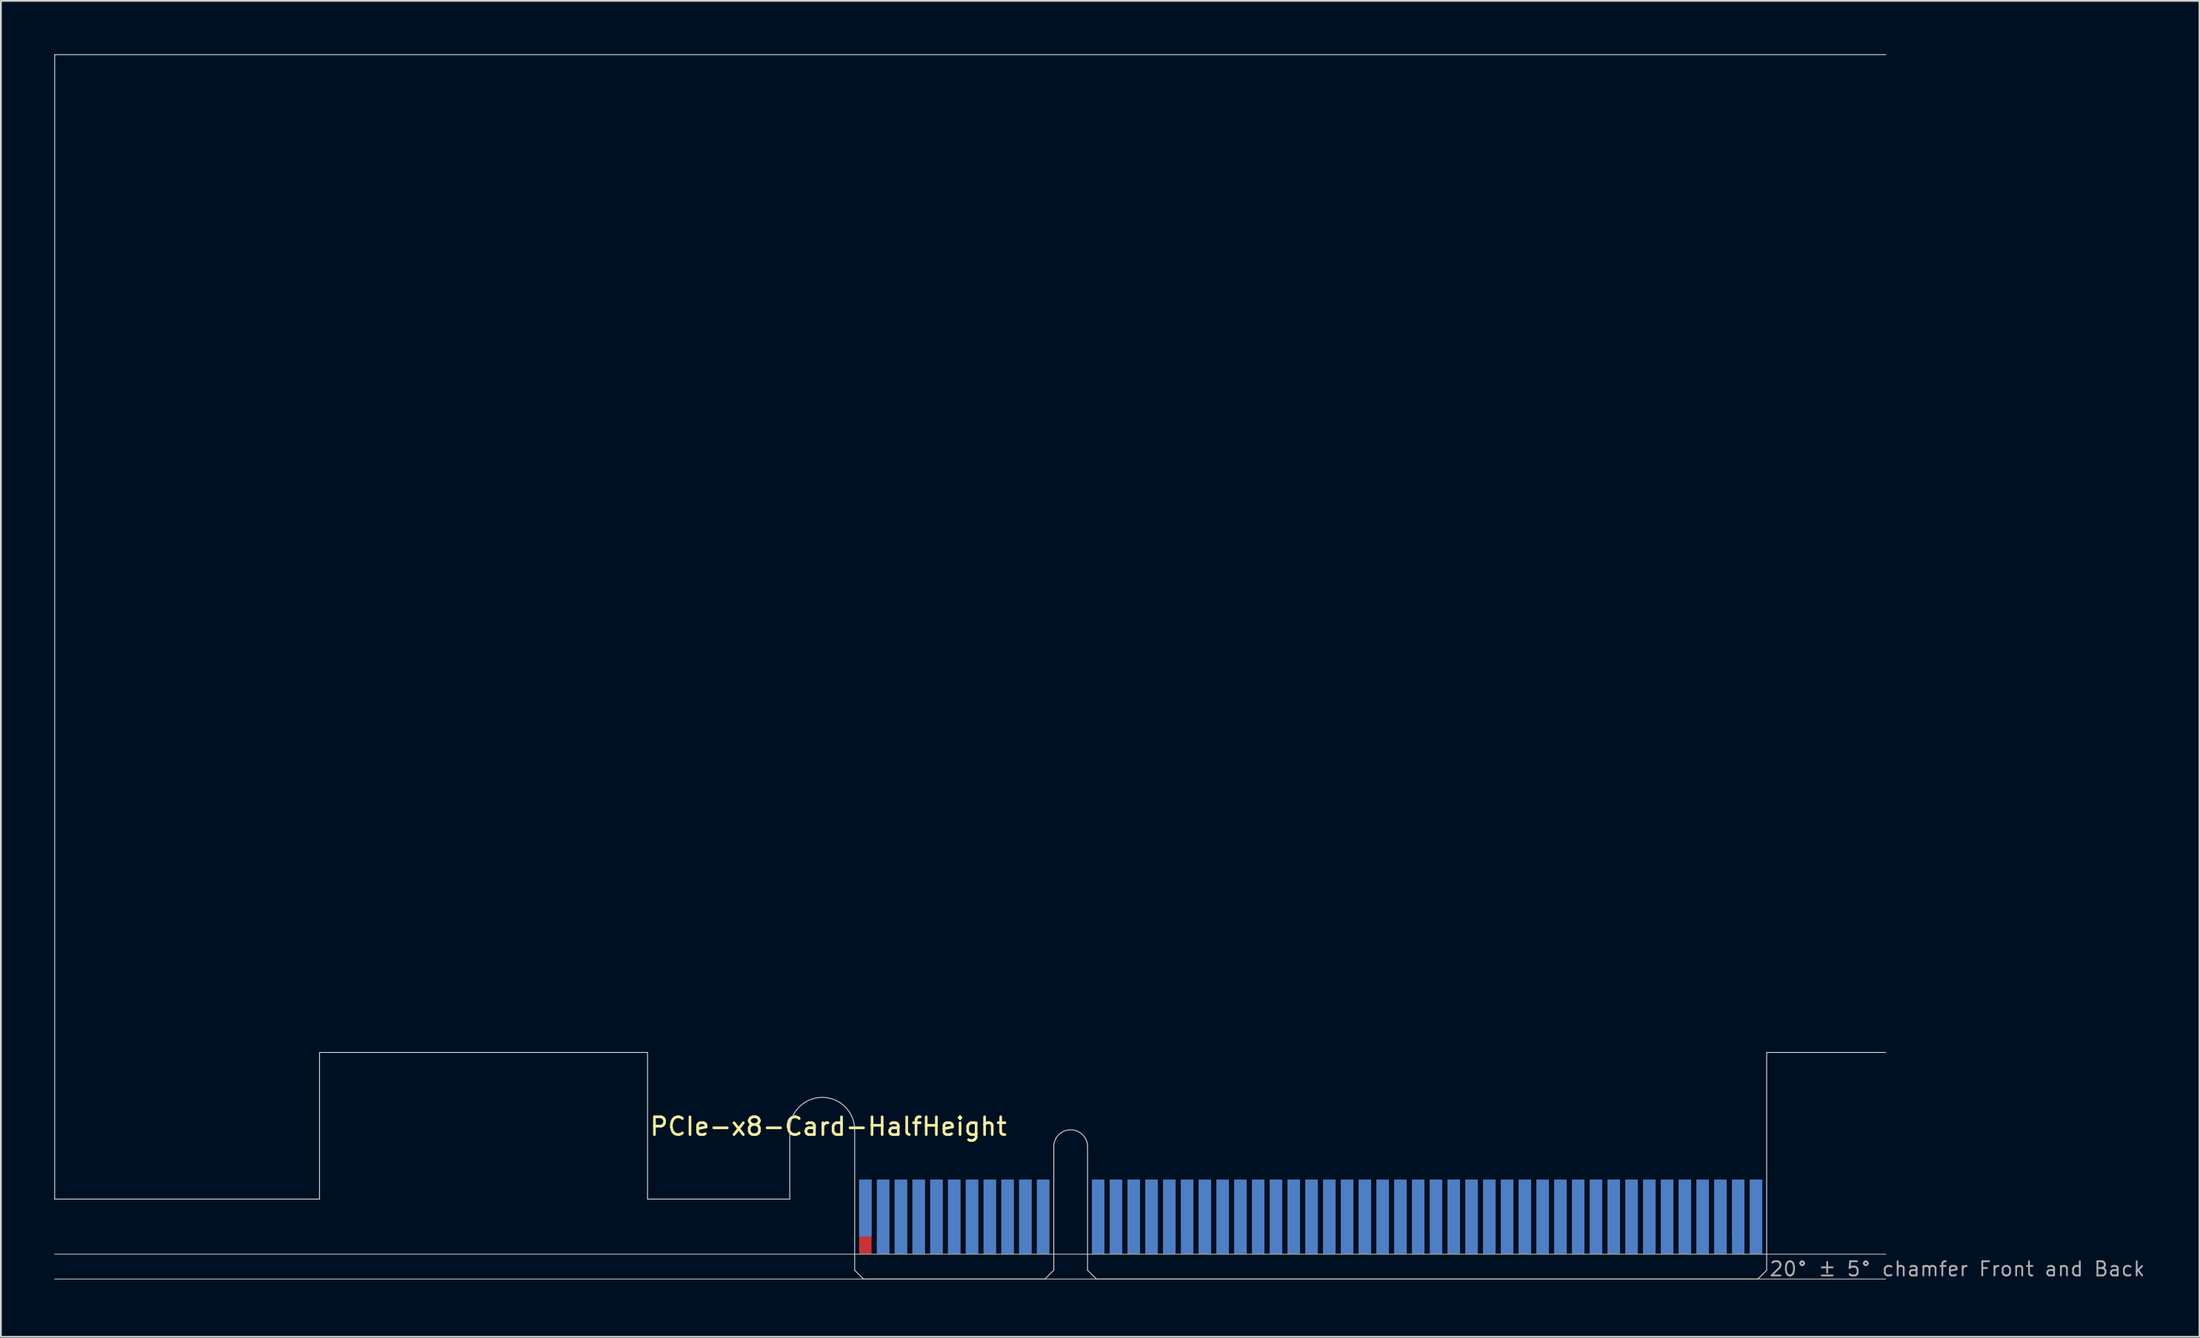
<source format=kicad_pcb>
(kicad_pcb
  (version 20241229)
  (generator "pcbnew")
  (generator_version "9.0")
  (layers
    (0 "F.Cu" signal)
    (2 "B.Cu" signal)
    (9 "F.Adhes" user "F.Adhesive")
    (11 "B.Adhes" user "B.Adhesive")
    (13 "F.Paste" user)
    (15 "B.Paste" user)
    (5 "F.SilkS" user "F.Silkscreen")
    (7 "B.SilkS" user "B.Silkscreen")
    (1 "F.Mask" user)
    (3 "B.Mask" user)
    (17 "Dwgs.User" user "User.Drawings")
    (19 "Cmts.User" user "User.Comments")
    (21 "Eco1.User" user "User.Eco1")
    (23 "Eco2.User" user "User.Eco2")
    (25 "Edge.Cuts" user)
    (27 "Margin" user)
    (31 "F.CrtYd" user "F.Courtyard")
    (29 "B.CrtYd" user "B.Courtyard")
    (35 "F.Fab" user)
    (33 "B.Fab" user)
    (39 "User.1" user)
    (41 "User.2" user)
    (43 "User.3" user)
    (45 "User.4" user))
  (footprint "PCIe-x8-Card-HalfHeight"
    (layer "F.Cu")
    (at 45.025 68.925)
    (property "Reference" "PCIe-x8-Card-HalfHeight" (at -11.6 -8 0) (layer "F.SilkS") (effects (font (size 1 1) (thickness 0.15)) (justify left bottom)))
    (attr exclude_from_pos_files exclude_from_bom)
    (fp_poly (pts (xy -3.65 -4.5) (xy -11.65 -4.5) (xy -11.65 -7.95) (xy -3.65 -7.95)) (stroke (width 0.1) (type solid)) (fill yes) (layer "F.Mask"))
    (fp_poly (pts (xy 11.2 -5.45) (xy 0 -5.45) (xy 0 0) (xy 11.2 0)) (stroke (width 0.1) (type solid)) (fill yes) (layer "F.Mask"))
    (fp_poly (pts (xy 51.3 -5.45) (xy 13.1 -5.45) (xy 13.1 0) (xy 51.3 0)) (stroke (width 0.1) (type solid)) (fill yes) (layer "F.Mask"))
    (fp_poly (pts (xy -3.65 -7.95) (xy -11.65 -7.95) (xy -11.65 -4.5) (xy -3.65 -4.5)) (stroke (width 0.1) (type solid)) (fill yes) (layer "B.Mask"))
    (fp_poly (pts (xy 11.2 0) (xy 0 0) (xy 0 -5.45) (xy 11.2 -5.45)) (stroke (width 0.1) (type solid)) (fill yes) (layer "B.Mask"))
    (fp_poly (pts (xy 51.3 -5.45) (xy 13.1 -5.45) (xy 13.1 0) (xy 51.3 0)) (stroke (width 0.1) (type solid)) (fill yes) (layer "B.Mask"))
    (fp_line (start -45 -68.9) (end 58 -68.9) (stroke (width 0.05) (type solid)) (layer "Edge.Cuts"))
    (fp_line (start -45 -4.5) (end -45 -68.9) (stroke (width 0.05) (type solid)) (layer "Edge.Cuts"))
    (fp_line (start -30.1 -12.75) (end -30.1 -4.5) (stroke (width 0.05) (type solid)) (layer "Edge.Cuts"))
    (fp_line (start -30.1 -4.5) (end -45 -4.5) (stroke (width 0.05) (type solid)) (layer "Edge.Cuts"))
    (fp_line (start -11.65 -12.75) (end -30.1 -12.75) (stroke (width 0.05) (type solid)) (layer "Edge.Cuts"))
    (fp_line (start -11.65 -4.5) (end -11.65 -12.75) (stroke (width 0.05) (type solid)) (layer "Edge.Cuts"))
    (fp_line (start -3.65 -4.5) (end -11.65 -4.5) (stroke (width 0.05) (type solid)) (layer "Edge.Cuts"))
    (fp_line (start -3.65 -4.5) (end -3.65 -8.4) (stroke (width 0.05) (type solid)) (layer "Edge.Cuts"))
    (fp_line (start 0 -0.5) (end 0 -8.4) (stroke (width 0.05) (type solid)) (layer "Edge.Cuts"))
    (fp_line (start 0.5 0) (end 0 -0.5) (stroke (width 0.05) (type solid)) (layer "Edge.Cuts"))
    (fp_line (start 0.5 0) (end 10.7 0) (stroke (width 0.05) (type solid)) (layer "Edge.Cuts"))
    (fp_line (start 10.7 0) (end 11.2 -0.5) (stroke (width 0.05) (type solid)) (layer "Edge.Cuts"))
    (fp_line (start 11.2 -0.5) (end 11.2 -7.45) (stroke (width 0.05) (type solid)) (layer "Edge.Cuts"))
    (fp_line (start 13.1 -0.5) (end 13.1 -7.45) (stroke (width 0.05) (type solid)) (layer "Edge.Cuts"))
    (fp_line (start 13.6 0) (end 13.1 -0.5) (stroke (width 0.05) (type solid)) (layer "Edge.Cuts"))
    (fp_line (start 50.8 0) (end 13.6 0) (stroke (width 0.05) (type solid)) (layer "Edge.Cuts"))
    (fp_line (start 50.8 0) (end 51.3 -0.5) (stroke (width 0.05) (type solid)) (layer "Edge.Cuts"))
    (fp_line (start 51.3 -12.75) (end 58 -12.75) (stroke (width 0.05) (type solid)) (layer "Edge.Cuts"))
    (fp_line (start 51.3 -0.5) (end 51.3 -12.75) (stroke (width 0.05) (type solid)) (layer "Edge.Cuts"))
    (fp_arc (start -3.65 -8.4) (mid -1.825 -10.225) (end 0 -8.4) (stroke (width 0.05) (type solid)) (layer "Edge.Cuts"))
    (fp_arc (start 11.2 -7.45) (mid 12.15 -8.4) (end 13.1 -7.45) (stroke (width 0.05) (type solid)) (layer "Edge.Cuts"))
    (fp_line (start -45 -1.4) (end 58 -1.4) (stroke (width 0.05) (type solid)) (layer "F.Fab"))
    (fp_line (start -45 0) (end 58 0) (stroke (width 0.05) (type solid)) (layer "F.Fab"))
    (fp_text user "20° ± 5° chamfer Front and Back" (at 51.4 -0.1 0) (layer "F.Fab") (effects (font (size 0.8 0.8) (thickness 0.1)) (justify left bottom)))
    (pad "A1" smd rect (at 0.6 -4) (size 0.7 3.2) (layers "B.Cu"))
    (pad "A2" smd rect (at 1.6 -3.5) (size 0.7 4.2) (layers "B.Cu"))
    (pad "A3" smd rect (at 2.6 -3.5) (size 0.7 4.2) (layers "B.Cu"))
    (pad "A4" smd rect (at 3.6 -3.5) (size 0.7 4.2) (layers "B.Cu"))
    (pad "A5" smd rect (at 4.6 -3.5) (size 0.7 4.2) (layers "B.Cu"))
    (pad "A6" smd rect (at 5.6 -3.5) (size 0.7 4.2) (layers "B.Cu"))
    (pad "A7" smd rect (at 6.6 -3.5) (size 0.7 4.2) (layers "B.Cu"))
    (pad "A8" smd rect (at 7.6 -3.5) (size 0.7 4.2) (layers "B.Cu"))
    (pad "A9" smd rect (at 8.6 -3.5) (size 0.7 4.2) (layers "B.Cu"))
    (pad "A10" smd rect (at 9.6 -3.5) (size 0.7 4.2) (layers "B.Cu"))
    (pad "A11" smd rect (at 10.6 -3.5) (size 0.7 4.2) (layers "B.Cu"))
    (pad "A12" smd rect (at 13.7 -3.5) (size 0.7 4.2) (layers "B.Cu"))
    (pad "A13" smd rect (at 14.7 -3.5) (size 0.7 4.2) (layers "B.Cu"))
    (pad "A14" smd rect (at 15.7 -3.5) (size 0.7 4.2) (layers "B.Cu"))
    (pad "A15" smd rect (at 16.7 -3.5) (size 0.7 4.2) (layers "B.Cu"))
    (pad "A16" smd rect (at 17.7 -3.5) (size 0.7 4.2) (layers "B.Cu"))
    (pad "A17" smd rect (at 18.7 -3.5) (size 0.7 4.2) (layers "B.Cu"))
    (pad "A18" smd rect (at 19.7 -3.5) (size 0.7 4.2) (layers "B.Cu"))
    (pad "A19" smd rect (at 20.7 -3.5) (size 0.7 4.2) (layers "B.Cu"))
    (pad "A20" smd rect (at 21.7 -3.5) (size 0.7 4.2) (layers "B.Cu"))
    (pad "A21" smd rect (at 22.7 -3.5) (size 0.7 4.2) (layers "B.Cu"))
    (pad "A22" smd rect (at 23.7 -3.5) (size 0.7 4.2) (layers "B.Cu"))
    (pad "A23" smd rect (at 24.7 -3.5) (size 0.7 4.2) (layers "B.Cu"))
    (pad "A24" smd rect (at 25.7 -3.5) (size 0.7 4.2) (layers "B.Cu"))
    (pad "A25" smd rect (at 26.7 -3.5) (size 0.7 4.2) (layers "B.Cu"))
    (pad "A26" smd rect (at 27.7 -3.5) (size 0.7 4.2) (layers "B.Cu"))
    (pad "A27" smd rect (at 28.7 -3.5) (size 0.7 4.2) (layers "B.Cu"))
    (pad "A28" smd rect (at 29.7 -3.5) (size 0.7 4.2) (layers "B.Cu"))
    (pad "A29" smd rect (at 30.7 -3.5) (size 0.7 4.2) (layers "B.Cu"))
    (pad "A30" smd rect (at 31.7 -3.5) (size 0.7 4.2) (layers "B.Cu"))
    (pad "A31" smd rect (at 32.7 -3.5) (size 0.7 4.2) (layers "B.Cu"))
    (pad "A32" smd rect (at 33.7 -3.5) (size 0.7 4.2) (layers "B.Cu"))
    (pad "A33" smd rect (at 34.7 -3.5) (size 0.7 4.2) (layers "B.Cu"))
    (pad "A34" smd rect (at 35.7 -3.5) (size 0.7 4.2) (layers "B.Cu"))
    (pad "A35" smd rect (at 36.7 -3.5) (size 0.7 4.2) (layers "B.Cu"))
    (pad "A36" smd rect (at 37.7 -3.5) (size 0.7 4.2) (layers "B.Cu"))
    (pad "A37" smd rect (at 38.7 -3.5) (size 0.7 4.2) (layers "B.Cu"))
    (pad "A38" smd rect (at 39.7 -3.5) (size 0.7 4.2) (layers "B.Cu"))
    (pad "A39" smd rect (at 40.7 -3.5) (size 0.7 4.2) (layers "B.Cu"))
    (pad "A40" smd rect (at 41.7 -3.5) (size 0.7 4.2) (layers "B.Cu"))
    (pad "A41" smd rect (at 42.7 -3.5) (size 0.7 4.2) (layers "B.Cu"))
    (pad "A42" smd rect (at 43.7 -3.5) (size 0.7 4.2) (layers "B.Cu"))
    (pad "A43" smd rect (at 44.7 -3.5) (size 0.7 4.2) (layers "B.Cu"))
    (pad "A44" smd rect (at 45.7 -3.5) (size 0.7 4.2) (layers "B.Cu"))
    (pad "A45" smd rect (at 46.7 -3.5) (size 0.7 4.2) (layers "B.Cu"))
    (pad "A46" smd rect (at 47.7 -3.5) (size 0.7 4.2) (layers "B.Cu"))
    (pad "A47" smd rect (at 48.7 -3.5) (size 0.7 4.2) (layers "B.Cu"))
    (pad "A48" smd rect (at 49.7 -3.5) (size 0.7 4.2) (layers "B.Cu"))
    (pad "A49" smd rect (at 50.7 -3.5) (size 0.7 4.2) (layers "B.Cu"))
    (pad "B1" smd rect (at 0.6 -3.5) (size 0.7 4.2) (layers "F.Cu"))
    (pad "B2" smd rect (at 1.6 -3.5) (size 0.7 4.2) (layers "F.Cu"))
    (pad "B3" smd rect (at 2.6 -3.5) (size 0.7 4.2) (layers "F.Cu"))
    (pad "B4" smd rect (at 3.6 -3.5) (size 0.7 4.2) (layers "F.Cu"))
    (pad "B5" smd rect (at 4.6 -3.5) (size 0.7 4.2) (layers "F.Cu"))
    (pad "B6" smd rect (at 5.6 -3.5) (size 0.7 4.2) (layers "F.Cu"))
    (pad "B7" smd rect (at 6.6 -3.5) (size 0.7 4.2) (layers "F.Cu"))
    (pad "B8" smd rect (at 7.6 -3.5) (size 0.7 4.2) (layers "F.Cu"))
    (pad "B9" smd rect (at 8.6 -3.5) (size 0.7 4.2) (layers "F.Cu"))
    (pad "B10" smd rect (at 9.6 -3.5) (size 0.7 4.2) (layers "F.Cu"))
    (pad "B11" smd rect (at 10.6 -3.5) (size 0.7 4.2) (layers "F.Cu"))
    (pad "B12" smd rect (at 13.7 -3.5) (size 0.7 4.2) (layers "F.Cu"))
    (pad "B13" smd rect (at 14.7 -3.5) (size 0.7 4.2) (layers "F.Cu"))
    (pad "B14" smd rect (at 15.7 -3.5) (size 0.7 4.2) (layers "F.Cu"))
    (pad "B15" smd rect (at 16.7 -3.5) (size 0.7 4.2) (layers "F.Cu"))
    (pad "B16" smd rect (at 17.7 -3.5) (size 0.7 4.2) (layers "F.Cu"))
    (pad "B17" smd rect (at 18.7 -4) (size 0.7 3.2) (layers "F.Cu"))
    (pad "B18" smd rect (at 19.7 -3.5) (size 0.7 4.2) (layers "F.Cu"))
    (pad "B19" smd rect (at 20.7 -3.5) (size 0.7 4.2) (layers "F.Cu"))
    (pad "B20" smd rect (at 21.7 -3.5) (size 0.7 4.2) (layers "F.Cu"))
    (pad "B21" smd rect (at 22.7 -3.5) (size 0.7 4.2) (layers "F.Cu"))
    (pad "B22" smd rect (at 23.7 -3.5) (size 0.7 4.2) (layers "F.Cu"))
    (pad "B23" smd rect (at 24.7 -3.5) (size 0.7 4.2) (layers "F.Cu"))
    (pad "B24" smd rect (at 25.7 -3.5) (size 0.7 4.2) (layers "F.Cu"))
    (pad "B25" smd rect (at 26.7 -3.5) (size 0.7 4.2) (layers "F.Cu"))
    (pad "B26" smd rect (at 27.7 -3.5) (size 0.7 4.2) (layers "F.Cu"))
    (pad "B27" smd rect (at 28.7 -3.5) (size 0.7 4.2) (layers "F.Cu"))
    (pad "B28" smd rect (at 29.7 -3.5) (size 0.7 4.2) (layers "F.Cu"))
    (pad "B29" smd rect (at 30.7 -3.5) (size 0.7 4.2) (layers "F.Cu"))
    (pad "B30" smd rect (at 31.7 -3.5) (size 0.7 4.2) (layers "F.Cu"))
    (pad "B31" smd rect (at 32.7 -4) (size 0.7 3.2) (layers "F.Cu"))
    (pad "B32" smd rect (at 33.7 -3.5) (size 0.7 4.2) (layers "F.Cu"))
    (pad "B33" smd rect (at 34.7 -3.5) (size 0.7 4.2) (layers "F.Cu"))
    (pad "B34" smd rect (at 35.7 -3.5) (size 0.7 4.2) (layers "F.Cu"))
    (pad "B35" smd rect (at 36.7 -3.5) (size 0.7 4.2) (layers "F.Cu"))
    (pad "B36" smd rect (at 37.7 -3.5) (size 0.7 4.2) (layers "F.Cu"))
    (pad "B37" smd rect (at 38.7 -3.5) (size 0.7 4.2) (layers "F.Cu"))
    (pad "B38" smd rect (at 39.7 -3.5) (size 0.7 4.2) (layers "F.Cu"))
    (pad "B39" smd rect (at 40.7 -3.5) (size 0.7 4.2) (layers "F.Cu"))
    (pad "B40" smd rect (at 41.7 -3.5) (size 0.7 4.2) (layers "F.Cu"))
    (pad "B41" smd rect (at 42.7 -3.5) (size 0.7 4.2) (layers "F.Cu"))
    (pad "B42" smd rect (at 43.7 -3.5) (size 0.7 4.2) (layers "F.Cu"))
    (pad "B43" smd rect (at 44.7 -3.5) (size 0.7 4.2) (layers "F.Cu"))
    (pad "B44" smd rect (at 45.7 -3.5) (size 0.7 4.2) (layers "F.Cu"))
    (pad "B45" smd rect (at 46.7 -3.5) (size 0.7 4.2) (layers "F.Cu"))
    (pad "B46" smd rect (at 47.7 -3.5) (size 0.7 4.2) (layers "F.Cu"))
    (pad "B47" smd rect (at 48.7 -3.5) (size 0.7 4.2) (layers "F.Cu"))
    (pad "B48" smd rect (at 49.7 -4) (size 0.7 3.2) (layers "F.Cu"))
    (pad "B49" smd rect (at 50.7 -3.5) (size 0.7 4.2) (layers "F.Cu")))
  (gr_rect
    (start -3 -3)
    (end 120.67 72.175)
    (stroke (width 0.1) (type default))
    (fill no)
    (layer "Edge.Cuts")))
</source>
